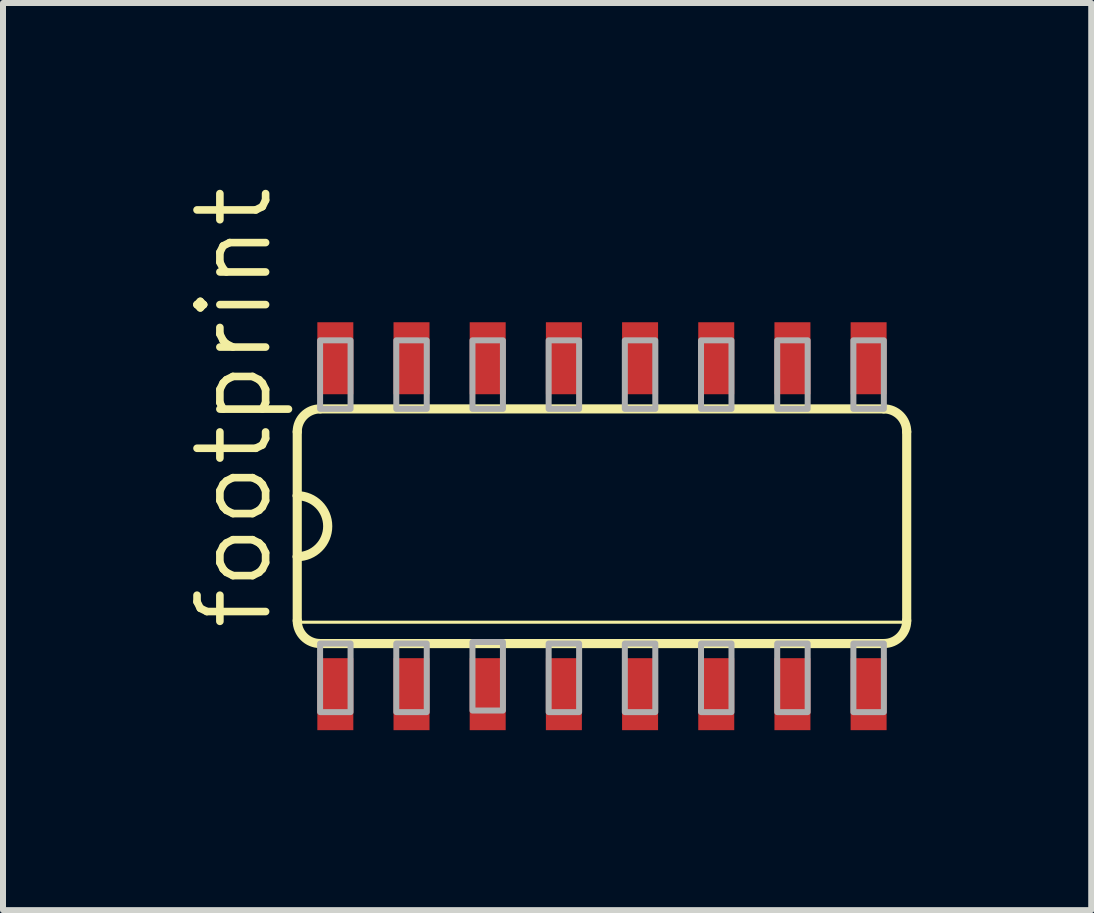
<source format=kicad_pcb>
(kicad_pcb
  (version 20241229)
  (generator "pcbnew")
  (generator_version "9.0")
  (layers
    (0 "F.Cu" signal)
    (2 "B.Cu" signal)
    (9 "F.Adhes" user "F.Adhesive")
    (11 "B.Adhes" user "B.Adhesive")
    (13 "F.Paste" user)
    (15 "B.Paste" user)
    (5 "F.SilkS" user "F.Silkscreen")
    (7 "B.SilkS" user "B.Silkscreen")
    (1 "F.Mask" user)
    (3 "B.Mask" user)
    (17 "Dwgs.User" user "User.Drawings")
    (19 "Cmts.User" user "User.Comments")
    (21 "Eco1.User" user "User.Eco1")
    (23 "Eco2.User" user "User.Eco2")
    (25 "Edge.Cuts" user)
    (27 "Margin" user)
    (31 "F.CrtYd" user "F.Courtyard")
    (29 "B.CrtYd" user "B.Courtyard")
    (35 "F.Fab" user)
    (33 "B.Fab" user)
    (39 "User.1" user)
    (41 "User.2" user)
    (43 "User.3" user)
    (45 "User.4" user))
  (footprint "footprint"
    (layer "F.Cu")
    (at 6.985 5.722)
    (property "Reference" "footprint" (at -5.461 1.778 90) (layer "F.SilkS") (effects (font (size 1.143 1.143) (thickness 0.127)) (justify left bottom)))
    (fp_line (start -5.08 -1.575) (end -5.08 -0.508) (stroke (width 0.152) (type solid)) (layer "F.SilkS"))
    (fp_line (start -5.08 -0.508) (end -5.08 0.508) (stroke (width 0.152) (type solid)) (layer "F.SilkS"))
    (fp_line (start -5.08 0.508) (end -5.08 1.575) (stroke (width 0.152) (type solid)) (layer "F.SilkS"))
    (fp_line (start -5.08 1.6) (end 5.08 1.6) (stroke (width 0.051) (type solid)) (layer "F.SilkS"))
    (fp_line (start -4.699 1.956) (end 4.699 1.956) (stroke (width 0.152) (type solid)) (layer "F.SilkS"))
    (fp_line (start 4.699 -1.956) (end -4.699 -1.956) (stroke (width 0.152) (type solid)) (layer "F.SilkS"))
    (fp_line (start 5.08 1.575) (end 5.08 -1.575) (stroke (width 0.152) (type solid)) (layer "F.SilkS"))
    (fp_arc (start -5.08 -1.5748) (mid -4.968408 -1.844208) (end -4.699 -1.9558) (stroke (width 0.1524) (type solid)) (layer "F.SilkS"))
    (fp_arc (start -5.08 -0.508) (mid -4.572 0) (end -5.08 0.508) (stroke (width 0.1524) (type solid)) (layer "F.SilkS"))
    (fp_arc (start -4.699 1.9558) (mid -4.968408 1.844208) (end -5.08 1.5748) (stroke (width 0.1524) (type solid)) (layer "F.SilkS"))
    (fp_arc (start 4.699 -1.9558) (mid 4.968408 -1.844208) (end 5.08 -1.5748) (stroke (width 0.1524) (type solid)) (layer "F.SilkS"))
    (fp_arc (start 5.08 1.5748) (mid 4.968408 1.844208) (end 4.699 1.9558) (stroke (width 0.1524) (type solid)) (layer "F.SilkS"))
    (fp_poly (pts (xy -4.699 -1.956) (xy -4.191 -1.956) (xy -4.191 -3.099) (xy -4.699 -3.099)) (stroke (width 0.1) (type solid)) (fill no) (layer "F.Fab"))
    (fp_poly (pts (xy -4.699 3.099) (xy -4.191 3.099) (xy -4.191 1.956) (xy -4.699 1.956)) (stroke (width 0.1) (type solid)) (fill no) (layer "F.Fab"))
    (fp_poly (pts (xy -3.429 -1.956) (xy -2.921 -1.956) (xy -2.921 -3.099) (xy -3.429 -3.099)) (stroke (width 0.1) (type solid)) (fill no) (layer "F.Fab"))
    (fp_poly (pts (xy -3.429 3.099) (xy -2.921 3.099) (xy -2.921 1.956) (xy -3.429 1.956)) (stroke (width 0.1) (type solid)) (fill no) (layer "F.Fab"))
    (fp_poly (pts (xy -2.159 -1.956) (xy -1.651 -1.956) (xy -1.651 -3.099) (xy -2.159 -3.099)) (stroke (width 0.1) (type solid)) (fill no) (layer "F.Fab"))
    (fp_poly (pts (xy -2.159 3.073) (xy -1.651 3.073) (xy -1.651 1.93) (xy -2.159 1.93)) (stroke (width 0.1) (type solid)) (fill no) (layer "F.Fab"))
    (fp_poly (pts (xy -0.889 -1.956) (xy -0.381 -1.956) (xy -0.381 -3.099) (xy -0.889 -3.099)) (stroke (width 0.1) (type solid)) (fill no) (layer "F.Fab"))
    (fp_poly (pts (xy -0.889 3.099) (xy -0.381 3.099) (xy -0.381 1.956) (xy -0.889 1.956)) (stroke (width 0.1) (type solid)) (fill no) (layer "F.Fab"))
    (fp_poly (pts (xy 0.381 -1.956) (xy 0.889 -1.956) (xy 0.889 -3.099) (xy 0.381 -3.099)) (stroke (width 0.1) (type solid)) (fill no) (layer "F.Fab"))
    (fp_poly (pts (xy 0.381 3.099) (xy 0.889 3.099) (xy 0.889 1.956) (xy 0.381 1.956)) (stroke (width 0.1) (type solid)) (fill no) (layer "F.Fab"))
    (fp_poly (pts (xy 1.651 -1.956) (xy 2.159 -1.956) (xy 2.159 -3.099) (xy 1.651 -3.099)) (stroke (width 0.1) (type solid)) (fill no) (layer "F.Fab"))
    (fp_poly (pts (xy 1.651 3.099) (xy 2.159 3.099) (xy 2.159 1.956) (xy 1.651 1.956)) (stroke (width 0.1) (type solid)) (fill no) (layer "F.Fab"))
    (fp_poly (pts (xy 2.921 -1.956) (xy 3.429 -1.956) (xy 3.429 -3.099) (xy 2.921 -3.099)) (stroke (width 0.1) (type solid)) (fill no) (layer "F.Fab"))
    (fp_poly (pts (xy 2.921 3.099) (xy 3.429 3.099) (xy 3.429 1.956) (xy 2.921 1.956)) (stroke (width 0.1) (type solid)) (fill no) (layer "F.Fab"))
    (fp_poly (pts (xy 4.191 -1.956) (xy 4.699 -1.956) (xy 4.699 -3.099) (xy 4.191 -3.099)) (stroke (width 0.1) (type solid)) (fill no) (layer "F.Fab"))
    (fp_poly (pts (xy 4.191 3.099) (xy 4.699 3.099) (xy 4.699 1.956) (xy 4.191 1.956)) (stroke (width 0.1) (type solid)) (fill no) (layer "F.Fab"))
    (pad "1" smd rect (at -4.445 2.8) (size 0.6 1.2) (layers "F.Cu" "F.Mask" "F.Paste"))
    (pad "2" smd rect (at -3.175 2.8) (size 0.6 1.2) (layers "F.Cu" "F.Mask" "F.Paste"))
    (pad "3" smd rect (at -1.905 2.8) (size 0.6 1.2) (layers "F.Cu" "F.Mask" "F.Paste"))
    (pad "4" smd rect (at -0.635 2.8) (size 0.6 1.2) (layers "F.Cu" "F.Mask" "F.Paste"))
    (pad "5" smd rect (at 0.635 2.8) (size 0.6 1.2) (layers "F.Cu" "F.Mask" "F.Paste"))
    (pad "6" smd rect (at 1.905 2.8) (size 0.6 1.2) (layers "F.Cu" "F.Mask" "F.Paste"))
    (pad "7" smd rect (at 3.175 2.8) (size 0.6 1.2) (layers "F.Cu" "F.Mask" "F.Paste"))
    (pad "8" smd rect (at 4.445 2.8) (size 0.6 1.2) (layers "F.Cu" "F.Mask" "F.Paste"))
    (pad "9" smd rect (at 4.445 -2.8) (size 0.6 1.2) (layers "F.Cu" "F.Mask" "F.Paste"))
    (pad "10" smd rect (at 3.175 -2.8) (size 0.6 1.2) (layers "F.Cu" "F.Mask" "F.Paste"))
    (pad "11" smd rect (at 1.905 -2.8) (size 0.6 1.2) (layers "F.Cu" "F.Mask" "F.Paste"))
    (pad "12" smd rect (at 0.635 -2.8) (size 0.6 1.2) (layers "F.Cu" "F.Mask" "F.Paste"))
    (pad "13" smd rect (at -0.635 -2.8) (size 0.6 1.2) (layers "F.Cu" "F.Mask" "F.Paste"))
    (pad "14" smd rect (at -1.905 -2.8) (size 0.6 1.2) (layers "F.Cu" "F.Mask" "F.Paste"))
    (pad "15" smd rect (at -3.175 -2.8) (size 0.6 1.2) (layers "F.Cu" "F.Mask" "F.Paste"))
    (pad "16" smd rect (at -4.445 -2.8) (size 0.6 1.2) (layers "F.Cu" "F.Mask" "F.Paste")))
  (gr_rect
    (start -3 -3)
    (end 15.141 12.122)
    (stroke (width 0.1) (type default))
    (fill no)
    (layer "Edge.Cuts")))
</source>
